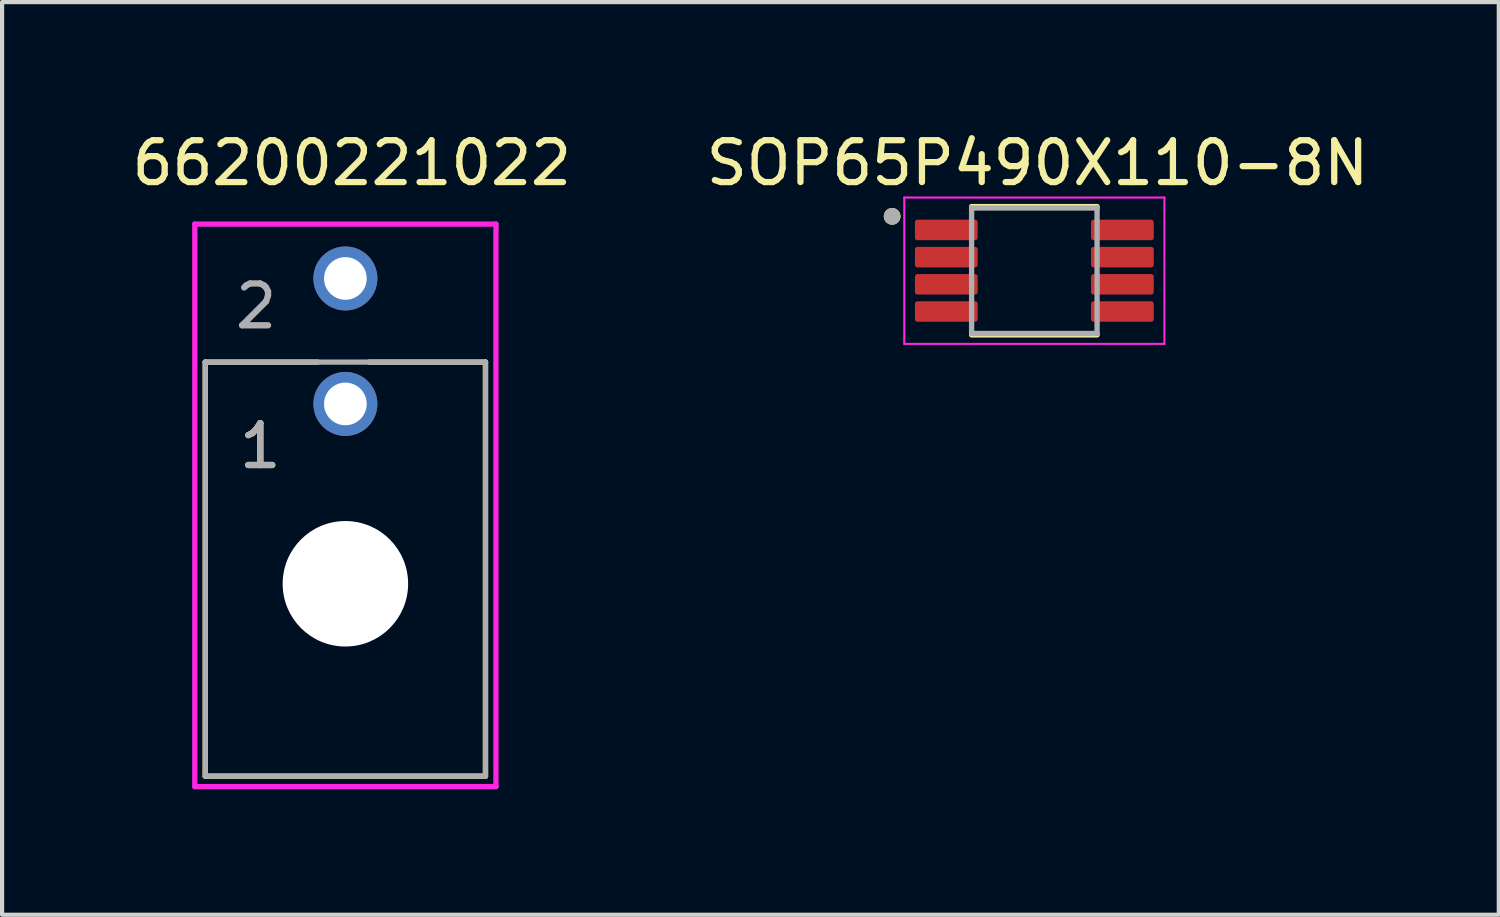
<source format=kicad_pcb>
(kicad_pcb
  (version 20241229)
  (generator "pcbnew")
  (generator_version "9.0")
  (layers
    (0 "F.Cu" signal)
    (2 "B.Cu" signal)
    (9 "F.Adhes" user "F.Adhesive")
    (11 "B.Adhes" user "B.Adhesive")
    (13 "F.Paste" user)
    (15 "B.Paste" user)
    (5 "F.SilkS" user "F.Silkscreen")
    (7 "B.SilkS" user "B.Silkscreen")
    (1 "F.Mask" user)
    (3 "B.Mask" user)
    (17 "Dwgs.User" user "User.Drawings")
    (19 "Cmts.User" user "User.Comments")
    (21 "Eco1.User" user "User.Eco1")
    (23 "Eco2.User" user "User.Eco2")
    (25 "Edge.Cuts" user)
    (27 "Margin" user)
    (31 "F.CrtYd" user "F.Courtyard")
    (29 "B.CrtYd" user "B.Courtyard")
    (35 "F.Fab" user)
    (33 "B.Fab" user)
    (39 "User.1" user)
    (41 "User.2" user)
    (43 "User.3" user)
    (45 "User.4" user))
  (footprint "66200221022"
    (layer "F.Cu")
    (at 5.208 10.908)
    (property "Reference" "66200221022" (at 0.155 -10.06 0) (layer "F.SilkS") (effects (font (size 1 1) (thickness 0.15))))
    (attr through_hole)
    (fp_line (start -3.35 4.6) (end -3.35 -5.3) (stroke (width 0.127) (type solid)) (layer "F.SilkS"))
    (fp_line (start -0.66 -5.3) (end -3.35 -5.3) (stroke (width 0.127) (type solid)) (layer "F.SilkS"))
    (fp_line (start 0.56 -5.3) (end 3.35 -5.3) (stroke (width 0.127) (type solid)) (layer "F.SilkS"))
    (fp_line (start 3.35 -5.3) (end 3.35 4.6) (stroke (width 0.127) (type solid)) (layer "F.SilkS"))
    (fp_line (start 3.35 4.6) (end -3.35 4.6) (stroke (width 0.127) (type solid)) (layer "F.SilkS"))
    (fp_line (start -3.6 -8.6) (end 3.6 -8.6) (stroke (width 0.127) (type solid)) (layer "F.CrtYd"))
    (fp_line (start -3.6 4.85) (end -3.6 -8.6) (stroke (width 0.127) (type solid)) (layer "F.CrtYd"))
    (fp_line (start 3.6 -8.6) (end 3.6 4.85) (stroke (width 0.127) (type solid)) (layer "F.CrtYd"))
    (fp_line (start 3.6 4.85) (end -3.6 4.85) (stroke (width 0.127) (type solid)) (layer "F.CrtYd"))
    (fp_line (start -3.35 -5.3) (end 3.35 -5.3) (stroke (width 0.127) (type solid)) (layer "F.Fab"))
    (fp_line (start -3.35 4.6) (end -3.35 -5.3) (stroke (width 0.127) (type solid)) (layer "F.Fab"))
    (fp_line (start 3.35 -5.3) (end 3.35 4.6) (stroke (width 0.127) (type solid)) (layer "F.Fab"))
    (fp_line (start 3.35 4.6) (end -3.35 4.6) (stroke (width 0.127) (type solid)) (layer "F.Fab"))
    (fp_text user "1" (at -2.035 -3.295 0) (layer "F.SilkS") (effects (font (size 1 1) (thickness 0.15))))
    (fp_text user "2" (at -2.135 -6.635 0) (layer "F.Fab") (effects (font (size 1 1) (thickness 0.15))))
    (fp_text user "1" (at -2.035 -3.295 0) (layer "F.Fab") (effects (font (size 1 1) (thickness 0.15))))
    (pad "" np_thru_hole circle (at 0 0) (size 3 3) (drill 3) (layers "*.Cu" "*.Mask"))
    (pad "1" thru_hole circle (at 0 -4.3) (size 1.53 1.53) (drill 1.02) (layers "*.Cu" "*.Mask"))
    (pad "2" thru_hole circle (at 0 -7.3) (size 1.53 1.53) (drill 1.02) (layers "*.Cu" "*.Mask")))
  (footprint "SOP65P490X110-8N"
    (layer "F.Cu")
    (at 21.681 3.423)
    (property "Reference" "SOP65P490X110-8N" (at 0.075 -2.575 0) (layer "F.SilkS") (effects (font (size 1 1) (thickness 0.15))))
    (attr through_hole)
    (fp_line (start -1.5 -1.534) (end 1.5 -1.534) (stroke (width 0.127) (type solid)) (layer "F.SilkS"))
    (fp_line (start 1.5 1.534) (end -1.5 1.534) (stroke (width 0.127) (type solid)) (layer "F.SilkS"))
    (fp_circle (center -3.4 -1.3) (end -3.3 -1.3) (stroke (width 0.2) (type solid)) (fill no) (layer "F.SilkS"))
    (fp_line (start -3.11 -1.75) (end 3.11 -1.75) (stroke (width 0.05) (type solid)) (layer "F.CrtYd"))
    (fp_line (start -3.11 1.75) (end -3.11 -1.75) (stroke (width 0.05) (type solid)) (layer "F.CrtYd"))
    (fp_line (start 3.11 -1.75) (end 3.11 1.75) (stroke (width 0.05) (type solid)) (layer "F.CrtYd"))
    (fp_line (start 3.11 1.75) (end -3.11 1.75) (stroke (width 0.05) (type solid)) (layer "F.CrtYd"))
    (fp_line (start -1.5 -1.5) (end 1.5 -1.5) (stroke (width 0.127) (type solid)) (layer "F.Fab"))
    (fp_line (start -1.5 1.5) (end -1.5 -1.5) (stroke (width 0.127) (type solid)) (layer "F.Fab"))
    (fp_line (start 1.5 -1.5) (end 1.5 1.5) (stroke (width 0.127) (type solid)) (layer "F.Fab"))
    (fp_line (start 1.5 1.5) (end -1.5 1.5) (stroke (width 0.127) (type solid)) (layer "F.Fab"))
    (fp_circle (center -3.4 -1.3) (end -3.3 -1.3) (stroke (width 0.2) (type solid)) (fill no) (layer "F.Fab"))
    (pad "1" smd roundrect (at -2.105 -0.975) (size 1.5 0.49) (layers "F.Cu" "F.Mask" "F.Paste") (roundrect_rratio 0.12))
    (pad "2" smd roundrect (at -2.105 -0.325) (size 1.5 0.49) (layers "F.Cu" "F.Mask" "F.Paste") (roundrect_rratio 0.12))
    (pad "3" smd roundrect (at -2.105 0.325) (size 1.5 0.49) (layers "F.Cu" "F.Mask" "F.Paste") (roundrect_rratio 0.12))
    (pad "4" smd roundrect (at -2.105 0.975) (size 1.5 0.49) (layers "F.Cu" "F.Mask" "F.Paste") (roundrect_rratio 0.12))
    (pad "5" smd roundrect (at 2.105 0.975 180) (size 1.5 0.49) (layers "F.Cu" "F.Mask" "F.Paste") (roundrect_rratio 0.12))
    (pad "6" smd roundrect (at 2.105 0.325 180) (size 1.5 0.49) (layers "F.Cu" "F.Mask" "F.Paste") (roundrect_rratio 0.12))
    (pad "7" smd roundrect (at 2.105 -0.325 180) (size 1.5 0.49) (layers "F.Cu" "F.Mask" "F.Paste") (roundrect_rratio 0.12))
    (pad "8" smd roundrect (at 2.105 -0.975 180) (size 1.5 0.49) (layers "F.Cu" "F.Mask" "F.Paste") (roundrect_rratio 0.12)))
  (gr_rect
    (start -3 -3)
    (end 32.786 18.822)
    (stroke (width 0.1) (type default))
    (fill no)
    (layer "Edge.Cuts")))
</source>
